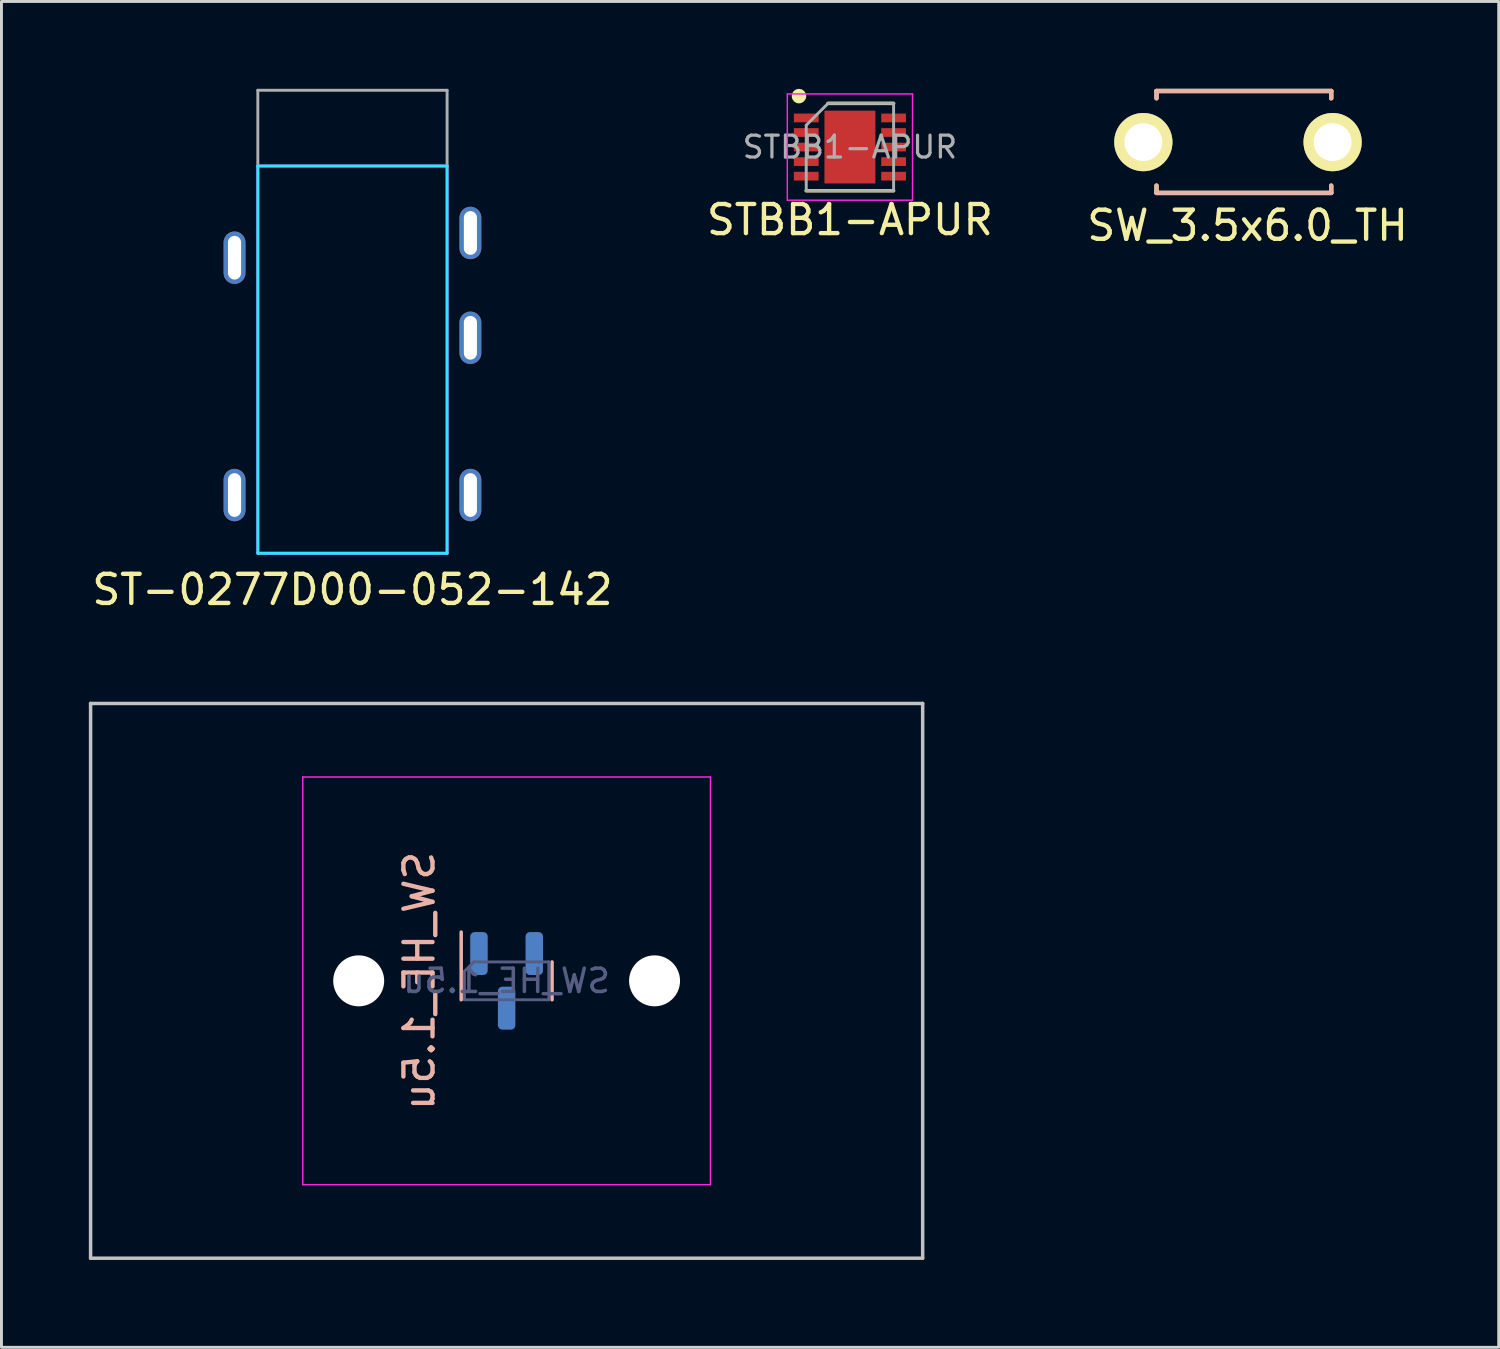
<source format=kicad_pcb>
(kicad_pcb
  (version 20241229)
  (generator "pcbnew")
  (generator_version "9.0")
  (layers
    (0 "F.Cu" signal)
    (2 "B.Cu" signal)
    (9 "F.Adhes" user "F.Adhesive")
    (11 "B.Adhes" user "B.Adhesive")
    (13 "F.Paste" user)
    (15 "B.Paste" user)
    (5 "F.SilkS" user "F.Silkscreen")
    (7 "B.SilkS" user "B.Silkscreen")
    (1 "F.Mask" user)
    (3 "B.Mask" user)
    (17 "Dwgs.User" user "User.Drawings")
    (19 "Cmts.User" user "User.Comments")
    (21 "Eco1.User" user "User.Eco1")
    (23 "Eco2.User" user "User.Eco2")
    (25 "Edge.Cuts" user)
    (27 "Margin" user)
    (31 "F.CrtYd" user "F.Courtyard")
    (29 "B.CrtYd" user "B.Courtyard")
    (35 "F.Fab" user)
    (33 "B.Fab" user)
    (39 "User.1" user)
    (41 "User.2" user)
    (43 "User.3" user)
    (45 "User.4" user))
  (footprint "STBB1-APUR"
    (layer "F.Cu")
    (at 26.137 2)
    (property "Reference" "STBB1-APUR" (at 0 2.5 0) (layer "F.SilkS") (effects (font (size 1 1) (thickness 0.15))))
    (attr smd)
    (fp_line (start -1.5 1.5) (end 1.5 1.5) (stroke (width 0.12) (type default)) (layer "F.SilkS"))
    (fp_line (start -0.75 -1.5) (end 1.5 -1.5) (stroke (width 0.12) (type default)) (layer "F.SilkS"))
    (fp_circle (center -1.75 -1.75) (end -1.75 -1.625) (stroke (width 0.25) (type solid)) (fill no) (layer "F.SilkS"))
    (fp_line (start -2.15 -1.825) (end 2.15 -1.825) (stroke (width 0.05) (type solid)) (layer "F.CrtYd"))
    (fp_line (start -2.15 1.825) (end -2.15 -1.825) (stroke (width 0.05) (type solid)) (layer "F.CrtYd"))
    (fp_line (start 2.15 -1.825) (end 2.15 1.825) (stroke (width 0.05) (type solid)) (layer "F.CrtYd"))
    (fp_line (start 2.15 1.825) (end -2.15 1.825) (stroke (width 0.05) (type solid)) (layer "F.CrtYd"))
    (fp_line (start -1.5 -0.75) (end -0.75 -1.5) (stroke (width 0.1) (type solid)) (layer "F.Fab"))
    (fp_line (start -1.5 1.5) (end -1.5 -0.75) (stroke (width 0.1) (type solid)) (layer "F.Fab"))
    (fp_line (start -0.75 -1.5) (end 1.5 -1.5) (stroke (width 0.1) (type solid)) (layer "F.Fab"))
    (fp_line (start 1.5 -1.5) (end 1.5 1.5) (stroke (width 0.1) (type solid)) (layer "F.Fab"))
    (fp_line (start 1.5 1.5) (end -1.5 1.5) (stroke (width 0.1) (type solid)) (layer "F.Fab"))
    (fp_text user "${REFERENCE}" (at 0 0 0) (layer "F.Fab") (effects (font (size 0.75 0.75) (thickness 0.11))))
    (pad "" smd roundrect (at -0.425 -0.625) (size 0.69 1.01) (layers "F.Paste") (roundrect_rratio 0.25))
    (pad "" smd roundrect (at -0.425 0.625) (size 0.69 1.01) (layers "F.Paste") (roundrect_rratio 0.25))
    (pad "" smd roundrect (at 0.425 -0.625) (size 0.69 1.01) (layers "F.Paste") (roundrect_rratio 0.25))
    (pad "" smd roundrect (at 0.425 0.625) (size 0.69 1.01) (layers "F.Paste") (roundrect_rratio 0.25))
    (pad "1" smd rect (at -1.5 -1 90) (size 0.3 0.85) (layers "F.Cu" "F.Mask" "F.Paste"))
    (pad "2" smd rect (at -1.5 -0.5 90) (size 0.3 0.85) (layers "F.Cu" "F.Mask" "F.Paste"))
    (pad "3" smd rect (at -1.5 0 90) (size 0.3 0.85) (layers "F.Cu" "F.Mask" "F.Paste"))
    (pad "4" smd rect (at -1.5 0.5 90) (size 0.3 0.85) (layers "F.Cu" "F.Mask" "F.Paste"))
    (pad "5" smd rect (at -1.5 1 90) (size 0.3 0.85) (layers "F.Cu" "F.Mask" "F.Paste"))
    (pad "6" smd rect (at 1.5 1 90) (size 0.3 0.85) (layers "F.Cu" "F.Mask" "F.Paste"))
    (pad "7" smd rect (at 1.5 0.5 90) (size 0.3 0.85) (layers "F.Cu" "F.Mask" "F.Paste"))
    (pad "8" smd rect (at 1.5 0 90) (size 0.3 0.85) (layers "F.Cu" "F.Mask" "F.Paste"))
    (pad "9" smd rect (at 1.5 -0.5 90) (size 0.3 0.85) (layers "F.Cu" "F.Mask" "F.Paste"))
    (pad "10" smd rect (at 1.5 -1 90) (size 0.3 0.85) (layers "F.Cu" "F.Mask" "F.Paste"))
    (pad "11" smd rect (at 0 0) (size 1.75 2.5) (layers "F.Cu" "F.Mask" "F.Paste")))
  (footprint "SW_3.5x6.0_TH"
    (layer "F.Cu")
    (at 39.69 1.876)
    (property "Reference" "SW_3.5x6.0_TH" (at 0.102 2.819 0) (layer "F.SilkS") (effects (font (size 1 1) (thickness 0.15))))
    (attr through_hole)
    (fp_line (start -3.025 -1.801) (end -3.025 -1.551) (stroke (width 0.15) (type solid)) (layer "F.SilkS"))
    (fp_line (start -3.025 -1.801) (end 2.975 -1.801) (stroke (width 0.15) (type solid)) (layer "F.SilkS"))
    (fp_line (start -3.025 1.699) (end -3.025 1.449) (stroke (width 0.15) (type solid)) (layer "F.SilkS"))
    (fp_line (start -3.025 1.699) (end 2.975 1.699) (stroke (width 0.15) (type solid)) (layer "F.SilkS"))
    (fp_line (start 2.975 -1.801) (end 2.975 -1.551) (stroke (width 0.15) (type solid)) (layer "F.SilkS"))
    (fp_line (start 2.975 1.699) (end 2.975 1.449) (stroke (width 0.15) (type solid)) (layer "F.SilkS"))
    (fp_line (start -3.025 -1.801) (end 2.975 -1.801) (stroke (width 0.15) (type solid)) (layer "B.SilkS"))
    (fp_line (start -3.025 -1.551) (end -3.025 -1.801) (stroke (width 0.15) (type solid)) (layer "B.SilkS"))
    (fp_line (start -3.025 1.699) (end -3.025 1.449) (stroke (width 0.15) (type solid)) (layer "B.SilkS"))
    (fp_line (start 2.975 -1.801) (end 2.975 -1.551) (stroke (width 0.15) (type solid)) (layer "B.SilkS"))
    (fp_line (start 2.975 1.449) (end 2.975 1.699) (stroke (width 0.15) (type solid)) (layer "B.SilkS"))
    (fp_line (start 2.975 1.699) (end -3.025 1.699) (stroke (width 0.15) (type solid)) (layer "B.SilkS"))
    (pad "1" thru_hole circle (at -3.477 -0.046 180) (size 2 2) (drill 1.3) (layers "*.Cu" "*.Mask" "F.SilkS"))
    (pad "2" thru_hole circle (at 3.023 -0.046 180) (size 2 2) (drill 1.3) (layers "*.Cu" "*.Mask" "F.SilkS")))
  (footprint "ST-0277D00-052-142"
    (layer "F.Cu")
    (at 9.054 2.55)
    (property "Reference" "ST-0277D00-052-142" (at 0 14.65 0) (layer "F.SilkS") (effects (font (size 1 1) (thickness 0.15))))
    (attr through_hole)
    (fp_line (start -3.25 0.1) (end -3.25 13.4) (stroke (width 0.1) (type solid)) (layer "B.CrtYd"))
    (fp_line (start -3.25 0.1) (end 3.25 0.1) (stroke (width 0.1) (type solid)) (layer "B.CrtYd"))
    (fp_line (start -3.25 13.4) (end 3.25 13.4) (stroke (width 0.1) (type solid)) (layer "B.CrtYd"))
    (fp_line (start 3.25 0.1) (end 3.25 13.4) (stroke (width 0.1) (type solid)) (layer "B.CrtYd"))
    (fp_line (start -3.25 0.1) (end -3.25 13.4) (stroke (width 0.1) (type solid)) (layer "F.CrtYd"))
    (fp_line (start -3.25 0.1) (end 3.25 0.1) (stroke (width 0.1) (type solid)) (layer "F.CrtYd"))
    (fp_line (start -3.25 13.4) (end 3.25 13.4) (stroke (width 0.1) (type solid)) (layer "F.CrtYd"))
    (fp_line (start 3.25 0.1) (end 3.25 13.4) (stroke (width 0.1) (type solid)) (layer "F.CrtYd"))
    (fp_line (start -3.25 -2.5) (end 3.25 -2.5) (stroke (width 0.1) (type default)) (layer "F.Fab"))
    (fp_line (start -3.25 0.11) (end -3.25 -2.5) (stroke (width 0.1) (type default)) (layer "F.Fab"))
    (fp_line (start 3.25 0.11) (end 3.25 -2.5) (stroke (width 0.1) (type default)) (layer "F.Fab"))
    (pad "R1" thru_hole oval (at 4.05 6) (size 0.75 1.8) (drill oval 0.45 1.5) (layers "*.Cu" "*.Mask"))
    (pad "R2" thru_hole oval (at -4.05 3.25) (size 0.75 1.8) (drill oval 0.45 1.5) (layers "*.Cu" "*.Mask"))
    (pad "S" thru_hole oval (at 4.05 2.4) (size 0.75 1.8) (drill oval 0.45 1.5) (layers "*.Cu" "*.Mask"))
    (pad "T" thru_hole oval (at -4.05 11.4) (size 0.75 1.8) (drill oval 0.45 1.5) (layers "*.Cu" "*.Mask"))
    (pad "T" thru_hole oval (at 4.05 11.4) (size 0.75 1.8) (drill oval 0.45 1.5) (layers "*.Cu" "*.Mask")))
  (footprint "SW_HE_1.5u"
    (layer "F.Cu")
    (at 14.348 30.633)
    (property "Reference" "SW_HE_1.5u" (at -3 0 90) (layer "B.SilkS") (effects (font (size 1 1) (thickness 0.15)) (justify mirror)))
    (attr smd)
    (fp_line (start -1.56 0.65) (end -1.56 -1.675) (stroke (width 0.12) (type default)) (layer "B.SilkS"))
    (fp_line (start 1.56 0.65) (end 1.56 -0.65) (stroke (width 0.12) (type default)) (layer "B.SilkS"))
    (fp_line (start -14.287 9.525) (end -14.287 -9.525) (stroke (width 0.12) (type default)) (layer "Dwgs.User"))
    (fp_line (start 14.287 -9.525) (end -14.287 -9.525) (stroke (width 0.12) (type default)) (layer "Dwgs.User"))
    (fp_line (start 14.287 9.525) (end -14.287 9.525) (stroke (width 0.12) (type default)) (layer "Dwgs.User"))
    (fp_line (start 14.287 9.525) (end 14.287 -9.525) (stroke (width 0.12) (type default)) (layer "Dwgs.User"))
    (fp_line (start -7 6.5) (end -7 -6.5) (stroke (width 0.05) (type solid)) (layer "Eco2.User"))
    (fp_line (start -6.5 -7) (end 6.5 -7) (stroke (width 0.05) (type solid)) (layer "Eco2.User"))
    (fp_line (start 6.5 7) (end -6.5 7) (stroke (width 0.05) (type solid)) (layer "Eco2.User"))
    (fp_line (start 7 -6.5) (end 7 6.5) (stroke (width 0.05) (type solid)) (layer "Eco2.User"))
    (fp_arc (start -7 -6.5) (mid -6.853553 -6.853553) (end -6.5 -7) (stroke (width 0.05) (type solid)) (layer "Eco2.User"))
    (fp_arc (start -6.5 7) (mid -6.853553 6.853553) (end -7 6.5) (stroke (width 0.05) (type solid)) (layer "Eco2.User"))
    (fp_arc (start 6.5 -7) (mid 6.853553 -6.853553) (end 7 -6.5) (stroke (width 0.05) (type solid)) (layer "Eco2.User"))
    (fp_arc (start 6.997236 6.498884) (mid 6.850789 6.852437) (end 6.497236 6.998884) (stroke (width 0.05) (type solid)) (layer "Eco2.User"))
    (fp_line (start -7 -7) (end -7 7) (stroke (width 0.05) (type solid)) (layer "F.CrtYd"))
    (fp_line (start -7 7) (end 7 7) (stroke (width 0.05) (type solid)) (layer "F.CrtYd"))
    (fp_line (start 7 -7) (end -7 -7) (stroke (width 0.05) (type solid)) (layer "F.CrtYd"))
    (fp_line (start 7 7) (end 7 -7) (stroke (width 0.05) (type solid)) (layer "F.CrtYd"))
    (fp_line (start -1.45 0.65) (end -1.45 -0.325) (stroke (width 0.1) (type default)) (layer "B.Fab"))
    (fp_line (start -1.45 0.65) (end 1.45 0.65) (stroke (width 0.1) (type default)) (layer "B.Fab"))
    (fp_line (start -1.125 -0.65) (end -1.45 -0.325) (stroke (width 0.1) (type default)) (layer "B.Fab"))
    (fp_line (start -1.125 -0.65) (end 1.45 -0.65) (stroke (width 0.1) (type default)) (layer "B.Fab"))
    (fp_line (start 1.45 -0.65) (end 1.45 0.65) (stroke (width 0.1) (type default)) (layer "B.Fab"))
    (fp_text user "${REFERENCE}" (at 0 0 0) (layer "B.Fab") (effects (font (size 0.8 0.8) (thickness 0.12)) (justify mirror)))
    (pad "" np_thru_hole circle (at -5.08 0) (size 1.75 1.75) (drill 1.75) (layers "*.Cu" "*.Mask"))
    (pad "" np_thru_hole circle (at 5.08 0) (size 1.75 1.75) (drill 1.75) (layers "*.Cu" "*.Mask"))
    (pad "1" smd roundrect (at -0.95 -0.938 90) (size 1.475 0.6) (layers "B.Cu" "B.Mask" "B.Paste") (roundrect_rratio 0.25))
    (pad "2" smd roundrect (at 0.95 -0.938 90) (size 1.475 0.6) (layers "B.Cu" "B.Mask" "B.Paste") (roundrect_rratio 0.25))
    (pad "3" smd roundrect (at 0 0.938 90) (size 1.475 0.6) (layers "B.Cu" "B.Mask" "B.Paste") (roundrect_rratio 0.25))
    (zone (net_name "") (layers "F.Cu" "B.Cu") (hatch edge 0.5) (connect_pads) (min_thickness 0.25) (filled_areas_thickness no) (keepout (tracks allowed) (vias allowed) (pads allowed) (copperpour not_allowed) (footprints allowed)) (placement (enabled no)) (fill) (polygon (pts (arc (start 12.4275 29.21325) (mid 12.573947 28.859697) (end 12.9275 28.71325)) (arc (start 15.7675 28.71325) (mid 16.121053 28.859697) (end 16.2675 29.21325)) (arc (start 16.2675 32.05325) (mid 16.121053 32.406803) (end 15.7675 32.55325)) (arc (start 12.9275 32.55325) (mid 12.573947 32.406803) (end 12.4275 32.05325))))))
  (gr_rect
    (start -3 -3)
    (end 48.417 43.218)
    (stroke (width 0.1) (type default))
    (fill no)
    (layer "Edge.Cuts")))
</source>
